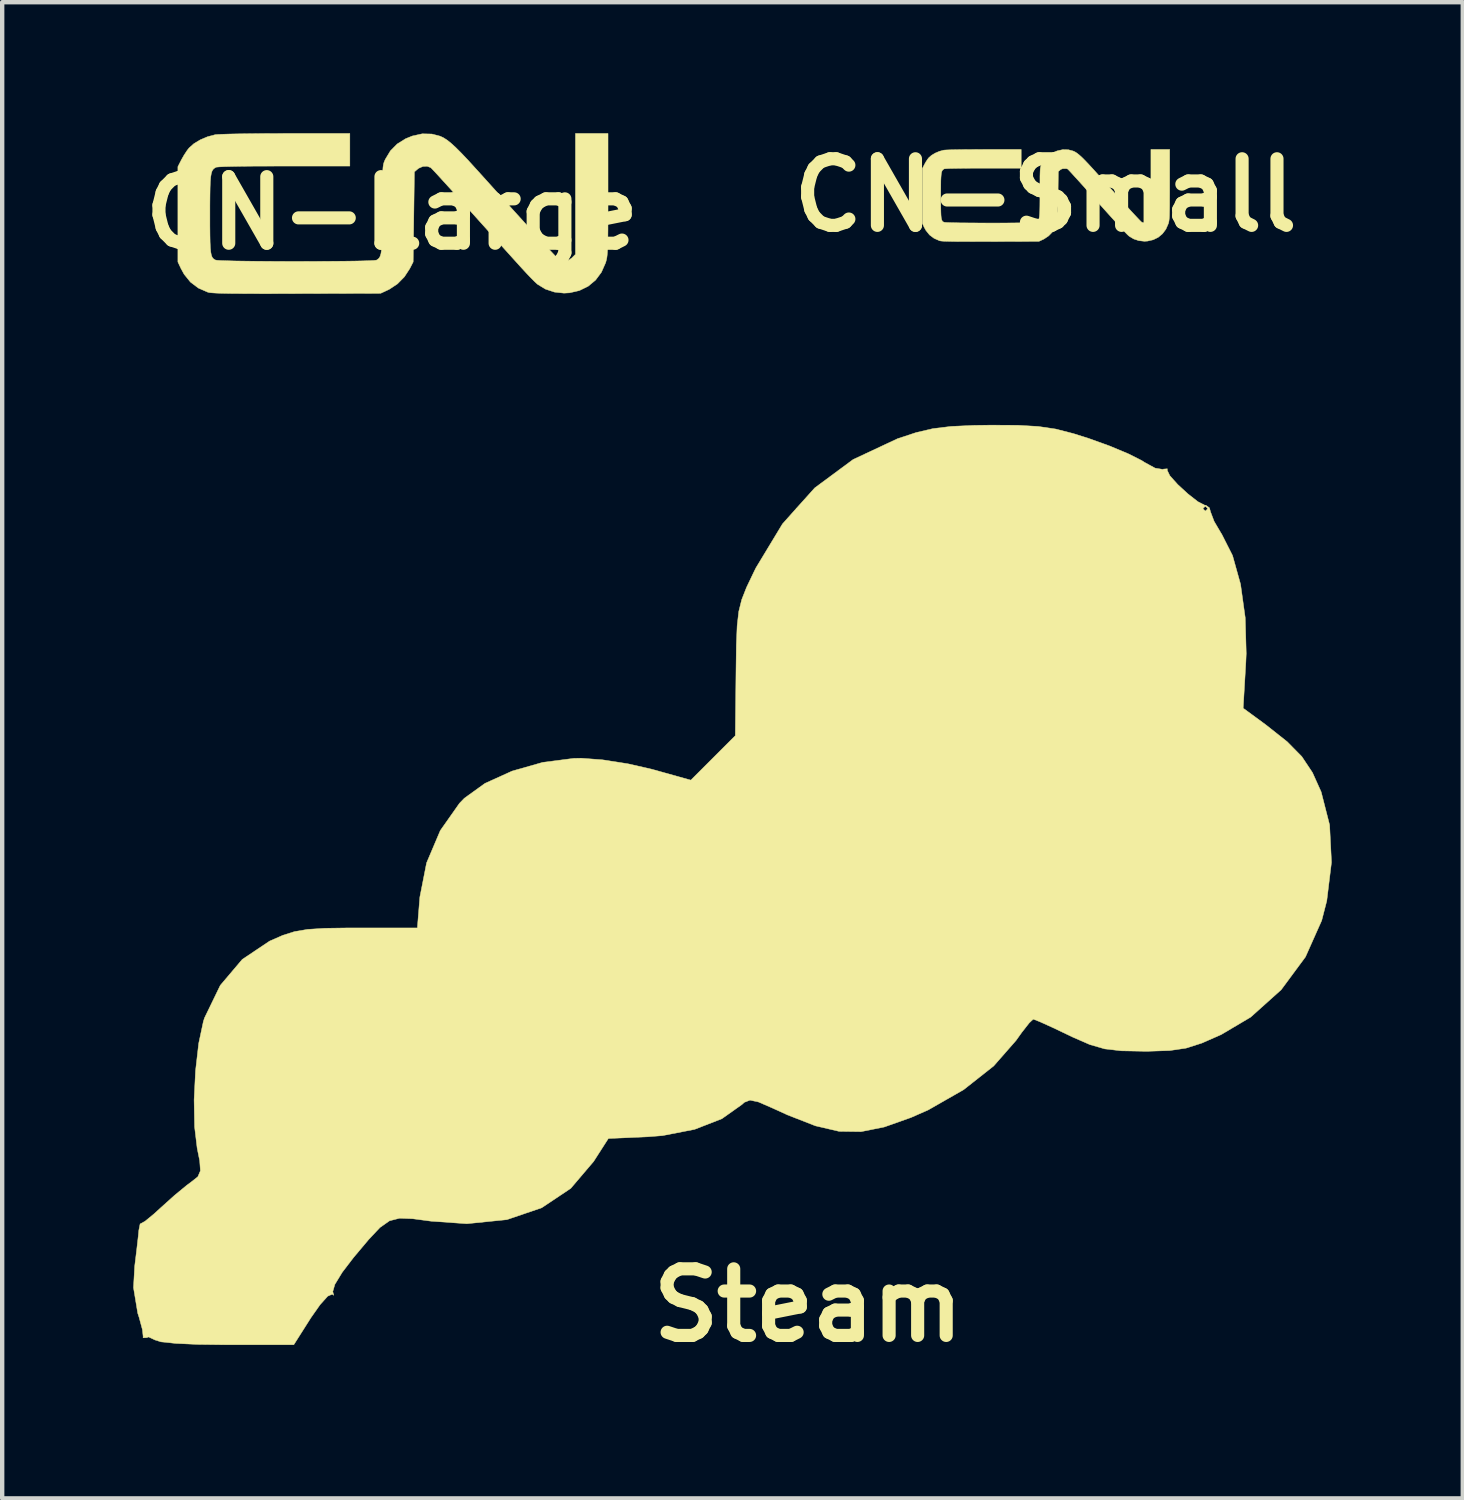
<source format=kicad_pcb>
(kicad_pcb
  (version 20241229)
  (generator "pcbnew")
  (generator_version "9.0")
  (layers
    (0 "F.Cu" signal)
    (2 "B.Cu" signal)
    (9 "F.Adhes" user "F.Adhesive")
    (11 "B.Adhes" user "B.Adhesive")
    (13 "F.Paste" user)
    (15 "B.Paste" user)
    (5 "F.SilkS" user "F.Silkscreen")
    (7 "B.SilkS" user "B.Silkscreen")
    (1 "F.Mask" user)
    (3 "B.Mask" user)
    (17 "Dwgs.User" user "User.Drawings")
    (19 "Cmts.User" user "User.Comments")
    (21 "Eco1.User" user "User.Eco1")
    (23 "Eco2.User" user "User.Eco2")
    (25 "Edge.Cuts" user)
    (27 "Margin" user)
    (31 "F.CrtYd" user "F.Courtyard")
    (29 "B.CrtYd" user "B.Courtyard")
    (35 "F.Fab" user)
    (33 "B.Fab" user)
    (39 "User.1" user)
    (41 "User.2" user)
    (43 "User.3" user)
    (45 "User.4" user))
  (footprint "Steam"
    (layer "F.Cu")
    (at 15.446 26.821)
    (property "Reference" "Steam" (at 0 0 0) (layer "F.SilkS") (effects (font (size 1.524 1.524) (thickness 0.3))))
    (attr through_hole)
    (fp_poly (pts (xy 4.794 -20.139) (xy 5.263 -20.112) (xy 5.663 -20.053) (xy 6.071 -19.948) (xy 6.421 -19.837) (xy 6.895 -19.666) (xy 7.324 -19.487) (xy 7.632 -19.332) (xy 7.69 -19.294) (xy 7.936 -19.159) (xy 8.115 -19.129) (xy 8.13 -19.136) (xy 8.218 -19.143) (xy 8.215 -19.109) (xy 8.275 -18.985) (xy 8.454 -18.785) (xy 8.69 -18.568) (xy 8.918 -18.39) (xy 9.077 -18.308) (xy 9.099 -18.31) (xy 9.181 -18.25) (xy 9.206 -18.158) (xy 9.288 -17.941) (xy 9.449 -17.667) (xy 9.461 -17.65) (xy 9.71 -17.158) (xy 9.893 -16.502) (xy 10 -15.736) (xy 10.023 -14.915) (xy 10.014 -14.707) (xy 9.953 -13.665) (xy 10.48 -13.278) (xy 10.96 -12.898) (xy 11.295 -12.558) (xy 11.539 -12.191) (xy 11.738 -11.749) (xy 11.931 -10.993) (xy 11.974 -10.138) (xy 11.866 -9.255) (xy 11.75 -8.805) (xy 11.379 -7.973) (xy 10.823 -7.221) (xy 10.124 -6.594) (xy 9.45 -6.195) (xy 9.006 -6) (xy 8.646 -5.885) (xy 8.273 -5.83) (xy 7.79 -5.814) (xy 7.676 -5.814) (xy 7.164 -5.824) (xy 6.785 -5.868) (xy 6.445 -5.966) (xy 6.053 -6.137) (xy 5.962 -6.181) (xy 5.59 -6.358) (xy 5.303 -6.488) (xy 5.156 -6.546) (xy 5.149 -6.548) (xy 5.058 -6.463) (xy 4.887 -6.245) (xy 4.755 -6.06) (xy 4.243 -5.476) (xy 3.556 -4.934) (xy 2.746 -4.471) (xy 2.351 -4.297) (xy 1.738 -4.08) (xy 1.209 -3.974) (xy 0.705 -3.981) (xy 0.164 -4.107) (xy -0.473 -4.356) (xy -0.815 -4.512) (xy -1.139 -4.653) (xy -1.332 -4.695) (xy -1.462 -4.645) (xy -1.517 -4.595) (xy -1.977 -4.269) (xy -2.601 -4.026) (xy -3.336 -3.883) (xy -3.67 -3.857) (xy -4.574 -3.817) (xy -4.911 -3.292) (xy -5.435 -2.676) (xy -6.101 -2.231) (xy -6.897 -1.96) (xy -7.813 -1.867) (xy -8.63 -1.925) (xy -9.051 -1.981) (xy -9.351 -1.993) (xy -9.582 -1.934) (xy -9.8 -1.781) (xy -10.058 -1.507) (xy -10.406 -1.093) (xy -10.665 -0.754) (xy -10.833 -0.478) (xy -10.881 -0.313) (xy -10.877 -0.302) (xy -10.859 -0.229) (xy -10.894 -0.253) (xy -10.996 -0.209) (xy -11.172 -0.013) (xy -11.38 0.283) (xy -11.773 0.903) (xy -13.331 0.903) (xy -13.969 0.895) (xy -14.473 0.872) (xy -14.813 0.836) (xy -14.958 0.79) (xy -14.959 0.788) (xy -15.096 0.724) (xy -15.138 0.74) (xy -15.222 0.744) (xy -15.22 0.714) (xy -15.237 0.557) (xy -15.312 0.279) (xy -15.344 0.181) (xy -15.441 -0.405) (xy -15.414 -0.891) (xy -15.367 -1.277) (xy -15.331 -1.591) (xy -15.319 -1.716) (xy -15.29 -1.862) (xy -15.269 -1.873) (xy -15.176 -1.924) (xy -14.973 -2.091) (xy -14.803 -2.246) (xy -14.499 -2.519) (xy -14.218 -2.75) (xy -14.114 -2.827) (xy -13.968 -2.943) (xy -13.91 -3.079) (xy -13.926 -3.307) (xy -13.984 -3.595) (xy -14.043 -4.085) (xy -14.054 -4.704) (xy -14.021 -5.368) (xy -13.949 -5.993) (xy -13.842 -6.496) (xy -13.816 -6.577) (xy -13.455 -7.322) (xy -12.952 -7.916) (xy -12.328 -8.334) (xy -12.319 -8.338) (xy -12.025 -8.467) (xy -11.757 -8.552) (xy -11.456 -8.603) (xy -11.063 -8.628) (xy -10.521 -8.636) (xy -10.315 -8.636) (xy -8.945 -8.636) (xy -8.888 -9.342) (xy -8.734 -10.125) (xy -8.42 -10.865) (xy -7.981 -11.489) (xy -7.869 -11.605) (xy -7.398 -11.944) (xy -6.776 -12.226) (xy -6.076 -12.425) (xy -5.37 -12.516) (xy -5.193 -12.52) (xy -4.706 -12.483) (xy -4.129 -12.393) (xy -3.584 -12.269) (xy -3.573 -12.266) (xy -2.687 -12.018) (xy -2.178 -12.527) (xy -1.669 -13.036) (xy -1.653 -14.511) (xy -1.645 -15.115) (xy -1.627 -15.551) (xy -1.59 -15.877) (xy -1.522 -16.15) (xy -1.412 -16.43) (xy -1.248 -16.773) (xy -1.198 -16.875) (xy -0.59 -17.881) (xy -0.277 -18.232) (xy 9.031 -18.232) (xy 9.088 -18.175) (xy 9.144 -18.232) (xy 9.088 -18.288) (xy 9.031 -18.232) (xy -0.277 -18.232) (xy 0.149 -18.706) (xy 1.026 -19.355) (xy 2.048 -19.834) (xy 2.053 -19.835) (xy 2.471 -19.973) (xy 2.852 -20.062) (xy 3.27 -20.113) (xy 3.799 -20.137) (xy 4.177 -20.142) (xy 4.794 -20.139)) (stroke (width 0.01) (type solid)) (fill yes) (layer "F.SilkS")))
  (footprint "CN-Large"
    (layer "F.Cu")
    (at 5.922 1.827)
    (property "Reference" "CN-Large" (at 0 0 0) (layer "F.SilkS") (effects (font (size 1.524 1.524) (thickness 0.3))))
    (attr through_hole)
    (fp_poly (pts (xy 4.942 -0.431) (xy 4.942 -0.116) (xy 4.941 0.148) (xy 4.941 0.368) (xy 4.939 0.547) (xy 4.937 0.692) (xy 4.933 0.807) (xy 4.928 0.897) (xy 4.922 0.967) (xy 4.915 1.023) (xy 4.905 1.07) (xy 4.894 1.112) (xy 4.887 1.136) (xy 4.791 1.353) (xy 4.657 1.533) (xy 4.487 1.674) (xy 4.287 1.772) (xy 4.061 1.824) (xy 3.934 1.831) (xy 3.715 1.807) (xy 3.51 1.739) (xy 3.334 1.632) (xy 3.319 1.62) (xy 3.263 1.568) (xy 3.18 1.485) (xy 3.08 1.38) (xy 2.972 1.263) (xy 2.928 1.215) (xy 2.743 1.01) (xy 2.586 0.836) (xy 2.449 0.684) (xy 2.322 0.543) (xy 2.2 0.407) (xy 2.072 0.265) (xy 1.932 0.109) (xy 1.771 -0.07) (xy 1.581 -0.281) (xy 1.573 -0.29) (xy 1.421 -0.459) (xy 1.279 -0.616) (xy 1.152 -0.755) (xy 1.045 -0.873) (xy 0.961 -0.963) (xy 0.906 -1.021) (xy 0.885 -1.041) (xy 0.804 -1.073) (xy 0.705 -1.068) (xy 0.61 -1.027) (xy 0.588 -1.01) (xy 0.511 -0.944) (xy 0.483 1.118) (xy 0.405 1.27) (xy 0.283 1.457) (xy 0.124 1.619) (xy -0.058 1.74) (xy -0.094 1.758) (xy -0.262 1.836) (xy -2.181 1.841) (xy -2.57 1.842) (xy -2.908 1.843) (xy -3.198 1.842) (xy -3.443 1.841) (xy -3.647 1.84) (xy -3.814 1.837) (xy -3.947 1.834) (xy -4.05 1.829) (xy -4.127 1.824) (xy -4.181 1.818) (xy -4.215 1.81) (xy -4.216 1.81) (xy -4.433 1.715) (xy -4.614 1.578) (xy -4.758 1.4) (xy -4.829 1.271) (xy -4.901 1.118) (xy -4.901 -1.063) (xy -4.82 -1.222) (xy -4.759 -1.329) (xy -4.69 -1.434) (xy -4.646 -1.49) (xy -4.537 -1.588) (xy -4.39 -1.677) (xy -4.223 -1.748) (xy -4.054 -1.793) (xy -4.045 -1.795) (xy -3.984 -1.8) (xy -3.873 -1.805) (xy -3.718 -1.81) (xy -3.525 -1.814) (xy -3.298 -1.817) (xy -3.044 -1.82) (xy -2.767 -1.821) (xy -2.474 -1.822) (xy -2.423 -1.822) (xy -0.966 -1.822) (xy -0.966 -1.077) (xy -2.473 -1.077) (xy -2.844 -1.076) (xy -3.167 -1.075) (xy -3.441 -1.072) (xy -3.664 -1.068) (xy -3.836 -1.064) (xy -3.955 -1.058) (xy -4.021 -1.052) (xy -4.032 -1.048) (xy -4.068 -1.026) (xy -4.097 -0.999) (xy -4.12 -0.96) (xy -4.137 -0.905) (xy -4.15 -0.827) (xy -4.159 -0.72) (xy -4.164 -0.58) (xy -4.167 -0.4) (xy -4.169 -0.175) (xy -4.169 0.025) (xy -4.169 0.286) (xy -4.167 0.497) (xy -4.164 0.664) (xy -4.158 0.793) (xy -4.149 0.889) (xy -4.136 0.958) (xy -4.118 1.006) (xy -4.095 1.038) (xy -4.067 1.06) (xy -4.04 1.074) (xy -3.999 1.08) (xy -3.909 1.086) (xy -3.775 1.09) (xy -3.603 1.095) (xy -3.399 1.098) (xy -3.169 1.101) (xy -2.918 1.103) (xy -2.652 1.105) (xy -2.376 1.106) (xy -2.097 1.106) (xy -1.82 1.105) (xy -1.55 1.104) (xy -1.295 1.102) (xy -1.058 1.1) (xy -0.846 1.097) (xy -0.665 1.093) (xy -0.52 1.088) (xy -0.417 1.083) (xy -0.361 1.077) (xy -0.355 1.075) (xy -0.321 1.053) (xy -0.294 1.026) (xy -0.272 0.986) (xy -0.255 0.929) (xy -0.242 0.849) (xy -0.233 0.741) (xy -0.227 0.601) (xy -0.223 0.421) (xy -0.221 0.198) (xy -0.221 -0.074) (xy -0.221 -0.116) (xy -0.22 -0.374) (xy -0.22 -0.583) (xy -0.219 -0.749) (xy -0.216 -0.877) (xy -0.212 -0.976) (xy -0.207 -1.049) (xy -0.199 -1.105) (xy -0.189 -1.148) (xy -0.175 -1.185) (xy -0.159 -1.222) (xy -0.156 -1.229) (xy -0.038 -1.425) (xy 0.117 -1.582) (xy 0.311 -1.703) (xy 0.464 -1.765) (xy 0.691 -1.815) (xy 0.912 -1.81) (xy 1.096 -1.762) (xy 1.171 -1.728) (xy 1.252 -1.677) (xy 1.345 -1.604) (xy 1.453 -1.506) (xy 1.581 -1.378) (xy 1.735 -1.216) (xy 1.917 -1.016) (xy 1.95 -0.98) (xy 2.273 -0.622) (xy 2.56 -0.303) (xy 2.815 -0.022) (xy 3.037 0.223) (xy 3.228 0.433) (xy 3.39 0.611) (xy 3.525 0.757) (xy 3.634 0.873) (xy 3.718 0.962) (xy 3.78 1.025) (xy 3.82 1.063) (xy 3.838 1.077) (xy 3.942 1.104) (xy 4.044 1.078) (xy 4.116 1.024) (xy 4.197 0.943) (xy 4.197 -1.822) (xy 4.942 -1.822) (xy 4.942 -0.431)) (stroke (width 0.01) (type solid)) (fill yes) (layer "F.SilkS")))
  (footprint "CN-Small"
    (layer "F.Cu")
    (at 20.875 1.418)
    (property "Reference" "CN-Small" (at 0 0 0) (layer "F.SilkS") (effects (font (size 1.524 1.524) (thickness 0.3))))
    (attr through_hole)
    (fp_poly (pts (xy 2.842 -0.248) (xy 2.842 -0.067) (xy 2.841 0.085) (xy 2.841 0.211) (xy 2.84 0.315) (xy 2.838 0.398) (xy 2.837 0.464) (xy 2.834 0.516) (xy 2.83 0.556) (xy 2.826 0.588) (xy 2.821 0.615) (xy 2.814 0.639) (xy 2.81 0.653) (xy 2.755 0.778) (xy 2.677 0.882) (xy 2.58 0.963) (xy 2.465 1.019) (xy 2.335 1.049) (xy 2.262 1.053) (xy 2.136 1.039) (xy 2.019 1) (xy 1.917 0.939) (xy 1.909 0.932) (xy 1.876 0.902) (xy 1.829 0.854) (xy 1.771 0.793) (xy 1.709 0.726) (xy 1.683 0.699) (xy 1.578 0.581) (xy 1.487 0.481) (xy 1.408 0.393) (xy 1.335 0.312) (xy 1.265 0.234) (xy 1.191 0.152) (xy 1.111 0.063) (xy 1.018 -0.04) (xy 0.909 -0.161) (xy 0.905 -0.167) (xy 0.817 -0.264) (xy 0.736 -0.354) (xy 0.662 -0.434) (xy 0.601 -0.502) (xy 0.553 -0.554) (xy 0.521 -0.587) (xy 0.509 -0.599) (xy 0.462 -0.617) (xy 0.405 -0.614) (xy 0.351 -0.591) (xy 0.338 -0.581) (xy 0.294 -0.543) (xy 0.286 0.05) (xy 0.278 0.643) (xy 0.233 0.73) (xy 0.162 0.838) (xy 0.071 0.931) (xy -0.033 1.001) (xy -0.054 1.011) (xy -0.151 1.056) (xy -1.254 1.059) (xy -1.478 1.059) (xy -1.672 1.06) (xy -1.839 1.059) (xy -1.98 1.059) (xy -2.097 1.058) (xy -2.193 1.056) (xy -2.27 1.054) (xy -2.329 1.052) (xy -2.373 1.049) (xy -2.404 1.045) (xy -2.424 1.041) (xy -2.424 1.041) (xy -2.549 0.986) (xy -2.653 0.908) (xy -2.736 0.805) (xy -2.777 0.731) (xy -2.818 0.643) (xy -2.818 -0.611) (xy -2.771 -0.703) (xy -2.737 -0.764) (xy -2.697 -0.825) (xy -2.672 -0.857) (xy -2.609 -0.913) (xy -2.524 -0.964) (xy -2.428 -1.005) (xy -2.331 -1.031) (xy -2.326 -1.032) (xy -2.291 -1.035) (xy -2.227 -1.038) (xy -2.138 -1.041) (xy -2.027 -1.043) (xy -1.896 -1.045) (xy -1.75 -1.046) (xy -1.591 -1.047) (xy -1.423 -1.048) (xy -1.393 -1.048) (xy -0.556 -1.048) (xy -0.556 -0.619) (xy -1.422 -0.619) (xy -1.635 -0.619) (xy -1.821 -0.618) (xy -1.978 -0.616) (xy -2.107 -0.614) (xy -2.206 -0.612) (xy -2.274 -0.608) (xy -2.312 -0.605) (xy -2.319 -0.603) (xy -2.339 -0.59) (xy -2.356 -0.574) (xy -2.369 -0.552) (xy -2.379 -0.52) (xy -2.386 -0.475) (xy -2.391 -0.414) (xy -2.395 -0.334) (xy -2.396 -0.23) (xy -2.397 -0.101) (xy -2.397 0.014) (xy -2.397 0.164) (xy -2.396 0.286) (xy -2.394 0.382) (xy -2.391 0.456) (xy -2.386 0.511) (xy -2.378 0.551) (xy -2.368 0.579) (xy -2.355 0.597) (xy -2.338 0.61) (xy -2.323 0.617) (xy -2.3 0.621) (xy -2.248 0.624) (xy -2.171 0.627) (xy -2.072 0.629) (xy -1.955 0.632) (xy -1.822 0.633) (xy -1.678 0.634) (xy -1.525 0.635) (xy -1.366 0.636) (xy -1.206 0.636) (xy -1.046 0.636) (xy -0.891 0.635) (xy -0.744 0.634) (xy -0.608 0.632) (xy -0.486 0.63) (xy -0.382 0.628) (xy -0.299 0.626) (xy -0.24 0.622) (xy -0.208 0.619) (xy -0.204 0.618) (xy -0.185 0.606) (xy -0.169 0.59) (xy -0.156 0.567) (xy -0.147 0.534) (xy -0.139 0.488) (xy -0.134 0.426) (xy -0.13 0.345) (xy -0.128 0.242) (xy -0.127 0.114) (xy -0.127 -0.043) (xy -0.127 -0.067) (xy -0.127 -0.215) (xy -0.126 -0.335) (xy -0.126 -0.43) (xy -0.124 -0.505) (xy -0.122 -0.561) (xy -0.119 -0.603) (xy -0.114 -0.635) (xy -0.108 -0.66) (xy -0.101 -0.681) (xy -0.091 -0.703) (xy -0.09 -0.706) (xy -0.022 -0.819) (xy 0.067 -0.91) (xy 0.179 -0.979) (xy 0.267 -1.015) (xy 0.397 -1.044) (xy 0.524 -1.041) (xy 0.63 -1.013) (xy 0.673 -0.994) (xy 0.72 -0.964) (xy 0.773 -0.922) (xy 0.835 -0.866) (xy 0.909 -0.792) (xy 0.997 -0.699) (xy 1.103 -0.584) (xy 1.121 -0.564) (xy 1.307 -0.357) (xy 1.472 -0.174) (xy 1.618 -0.013) (xy 1.746 0.128) (xy 1.856 0.249) (xy 1.949 0.351) (xy 2.027 0.435) (xy 2.09 0.502) (xy 2.138 0.553) (xy 2.173 0.589) (xy 2.196 0.611) (xy 2.207 0.619) (xy 2.266 0.635) (xy 2.325 0.62) (xy 2.367 0.589) (xy 2.413 0.542) (xy 2.413 -1.048) (xy 2.842 -1.048) (xy 2.842 -0.248)) (stroke (width 0.01) (type solid)) (fill yes) (layer "F.SilkS")))
  (gr_rect
    (start -3 -3)
    (end 30.425 31.24)
    (stroke (width 0.1) (type default))
    (fill no)
    (layer "Edge.Cuts")))
</source>
